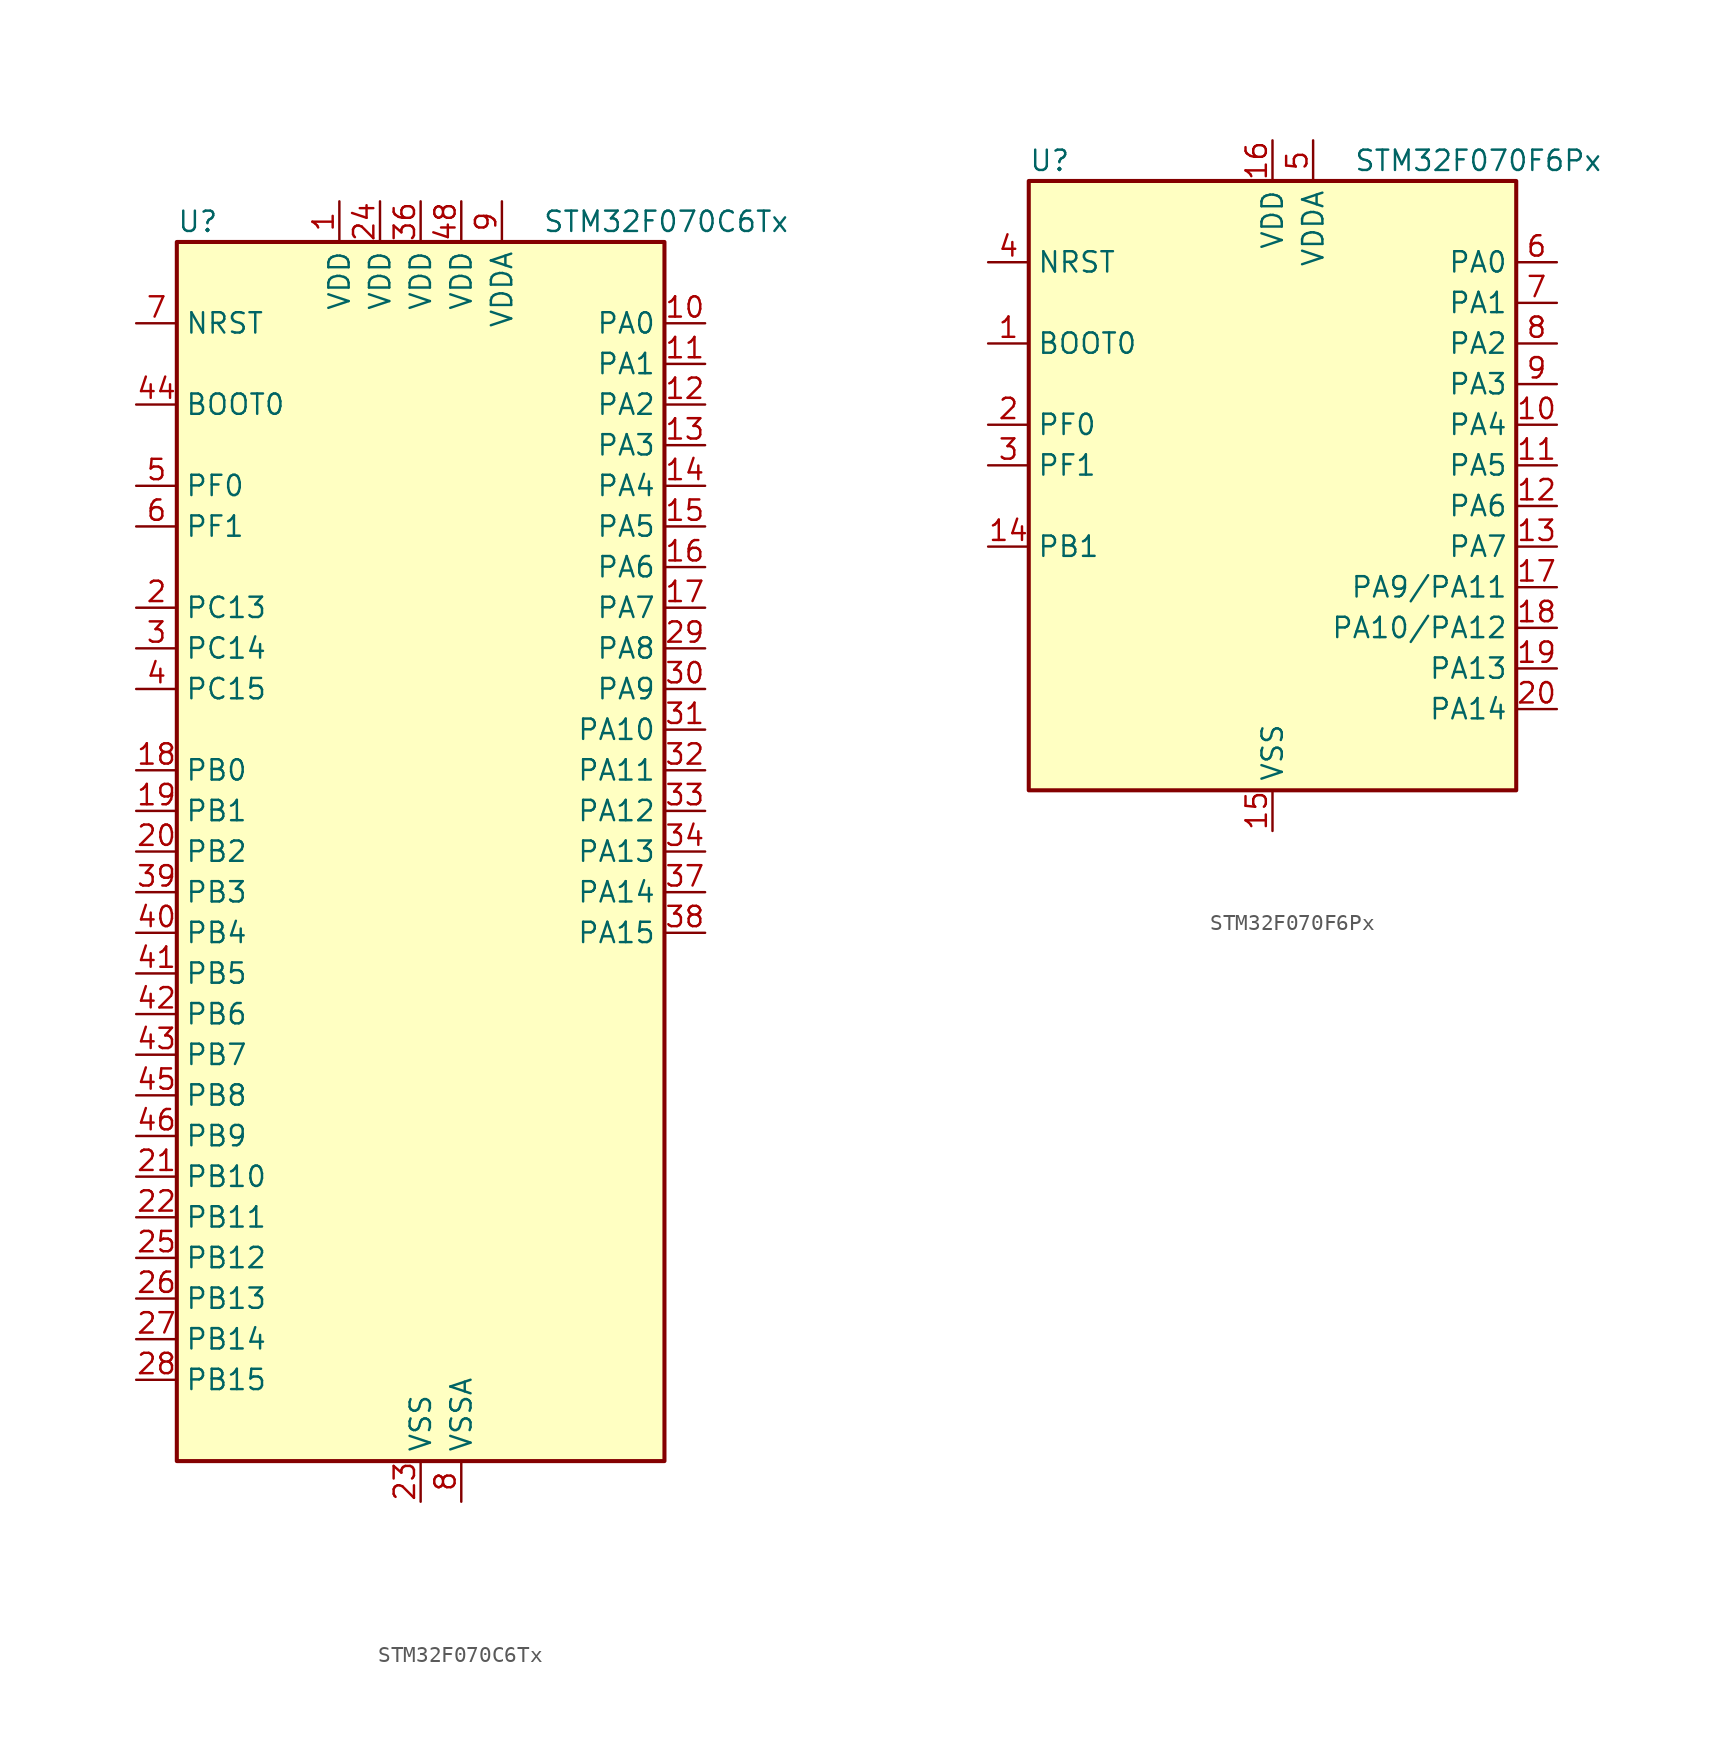
<source format=kicad_sym>
(kicad_symbol_lib
  (version 20241209)
  (generator "kicad_symbol_editor")
  (generator_version "9.0")
  (symbol "STM32F070C6Tx"
    (property "Reference" "U"
      (at -15.24 39.37 0)
      (effects (font (size 1.27 1.27)) (justify left)))
    (property "Value" "STM32F070C6Tx"
      (at 7.62 39.37 0)
      (effects (font (size 1.27 1.27)) (justify left)))
    (symbol "STM32F070C6Tx_0_1"
      (rectangle (start -15.24 -38.1) (end 15.24 38.1) (stroke (width 0.254) (type default)) (fill (type background))))
    (symbol "STM32F070C6Tx_1_1"
      (pin input line (at -17.78 33.02 0) (length 2.54) (name "NRST" (effects (font (size 1.27 1.27)))) (number "7" (effects (font (size 1.27 1.27)))))
      (pin input line (at -17.78 27.94 0) (length 2.54) (name "BOOT0" (effects (font (size 1.27 1.27)))) (number "44" (effects (font (size 1.27 1.27)))))
      (pin bidirectional line (at -17.78 22.86 0) (length 2.54) (name "PF0" (effects (font (size 1.27 1.27)))) (number "5" (effects (font (size 1.27 1.27)))) (alternate "I2C1_SDA" bidirectional line) (alternate "RCC_OSC_IN" bidirectional line))
      (pin bidirectional line (at -17.78 20.32 0) (length 2.54) (name "PF1" (effects (font (size 1.27 1.27)))) (number "6" (effects (font (size 1.27 1.27)))) (alternate "I2C1_SCL" bidirectional line) (alternate "RCC_OSC_OUT" bidirectional line))
      (pin bidirectional line (at -17.78 15.24 0) (length 2.54) (name "PC13" (effects (font (size 1.27 1.27)))) (number "2" (effects (font (size 1.27 1.27)))) (alternate "RTC_OUT_ALARM" bidirectional line) (alternate "RTC_OUT_CALIB" bidirectional line) (alternate "RTC_TAMP1" bidirectional line) (alternate "RTC_TS" bidirectional line) (alternate "SYS_WKUP2" bidirectional line))
      (pin bidirectional line (at -17.78 12.7 0) (length 2.54) (name "PC14" (effects (font (size 1.27 1.27)))) (number "3" (effects (font (size 1.27 1.27)))) (alternate "RCC_OSC32_IN" bidirectional line))
      (pin bidirectional line (at -17.78 10.16 0) (length 2.54) (name "PC15" (effects (font (size 1.27 1.27)))) (number "4" (effects (font (size 1.27 1.27)))) (alternate "RCC_OSC32_OUT" bidirectional line))
      (pin bidirectional line (at -17.78 5.08 0) (length 2.54) (name "PB0" (effects (font (size 1.27 1.27)))) (number "18" (effects (font (size 1.27 1.27)))) (alternate "ADC_IN8" bidirectional line) (alternate "TIM1_CH2N" bidirectional line) (alternate "TIM3_CH3" bidirectional line))
      (pin bidirectional line (at -17.78 2.54 0) (length 2.54) (name "PB1" (effects (font (size 1.27 1.27)))) (number "19" (effects (font (size 1.27 1.27)))) (alternate "ADC_IN9" bidirectional line) (alternate "TIM14_CH1" bidirectional line) (alternate "TIM1_CH3N" bidirectional line) (alternate "TIM3_CH4" bidirectional line))
      (pin bidirectional line (at -17.78 0 0) (length 2.54) (name "PB2" (effects (font (size 1.27 1.27)))) (number "20" (effects (font (size 1.27 1.27)))))
      (pin bidirectional line (at -17.78 -2.54 0) (length 2.54) (name "PB3" (effects (font (size 1.27 1.27)))) (number "39" (effects (font (size 1.27 1.27)))) (alternate "SPI1_SCK" bidirectional line))
      (pin bidirectional line (at -17.78 -5.08 0) (length 2.54) (name "PB4" (effects (font (size 1.27 1.27)))) (number "40" (effects (font (size 1.27 1.27)))) (alternate "SPI1_MISO" bidirectional line) (alternate "TIM17_BKIN" bidirectional line) (alternate "TIM3_CH1" bidirectional line))
      (pin bidirectional line (at -17.78 -7.62 0) (length 2.54) (name "PB5" (effects (font (size 1.27 1.27)))) (number "41" (effects (font (size 1.27 1.27)))) (alternate "I2C1_SMBA" bidirectional line) (alternate "SPI1_MOSI" bidirectional line) (alternate "SYS_WKUP6" bidirectional line) (alternate "TIM16_BKIN" bidirectional line) (alternate "TIM3_CH2" bidirectional line))
      (pin bidirectional line (at -17.78 -10.16 0) (length 2.54) (name "PB6" (effects (font (size 1.27 1.27)))) (number "42" (effects (font (size 1.27 1.27)))) (alternate "I2C1_SCL" bidirectional line) (alternate "TIM16_CH1N" bidirectional line) (alternate "USART1_TX" bidirectional line))
      (pin bidirectional line (at -17.78 -12.7 0) (length 2.54) (name "PB7" (effects (font (size 1.27 1.27)))) (number "43" (effects (font (size 1.27 1.27)))) (alternate "I2C1_SDA" bidirectional line) (alternate "TIM17_CH1N" bidirectional line) (alternate "USART1_RX" bidirectional line))
      (pin bidirectional line (at -17.78 -15.24 0) (length 2.54) (name "PB8" (effects (font (size 1.27 1.27)))) (number "45" (effects (font (size 1.27 1.27)))) (alternate "I2C1_SCL" bidirectional line) (alternate "TIM16_CH1" bidirectional line))
      (pin bidirectional line (at -17.78 -17.78 0) (length 2.54) (name "PB9" (effects (font (size 1.27 1.27)))) (number "46" (effects (font (size 1.27 1.27)))) (alternate "I2C1_SDA" bidirectional line) (alternate "IR_OUT" bidirectional line) (alternate "TIM17_CH1" bidirectional line))
      (pin bidirectional line (at -17.78 -20.32 0) (length 2.54) (name "PB10" (effects (font (size 1.27 1.27)))) (number "21" (effects (font (size 1.27 1.27)))))
      (pin bidirectional line (at -17.78 -22.86 0) (length 2.54) (name "PB11" (effects (font (size 1.27 1.27)))) (number "22" (effects (font (size 1.27 1.27)))))
      (pin bidirectional line (at -17.78 -25.4 0) (length 2.54) (name "PB12" (effects (font (size 1.27 1.27)))) (number "25" (effects (font (size 1.27 1.27)))) (alternate "TIM1_BKIN" bidirectional line))
      (pin bidirectional line (at -17.78 -27.94 0) (length 2.54) (name "PB13" (effects (font (size 1.27 1.27)))) (number "26" (effects (font (size 1.27 1.27)))) (alternate "TIM1_CH1N" bidirectional line))
      (pin bidirectional line (at -17.78 -30.48 0) (length 2.54) (name "PB14" (effects (font (size 1.27 1.27)))) (number "27" (effects (font (size 1.27 1.27)))) (alternate "TIM1_CH2N" bidirectional line))
      (pin bidirectional line (at -17.78 -33.02 0) (length 2.54) (name "PB15" (effects (font (size 1.27 1.27)))) (number "28" (effects (font (size 1.27 1.27)))) (alternate "RTC_REFIN" bidirectional line) (alternate "SYS_WKUP7" bidirectional line) (alternate "TIM1_CH3N" bidirectional line))
      (pin power_in line (at -5.08 40.64 270) (length 2.54) (name "VDD" (effects (font (size 1.27 1.27)))) (number "1" (effects (font (size 1.27 1.27)))))
      (pin power_in line (at -2.54 40.64 270) (length 2.54) (name "VDD" (effects (font (size 1.27 1.27)))) (number "24" (effects (font (size 1.27 1.27)))))
      (pin power_in line (at 0 40.64 270) (length 2.54) (name "VDD" (effects (font (size 1.27 1.27)))) (number "36" (effects (font (size 1.27 1.27)))))
      (pin power_in line (at 0 -40.64 90) (length 2.54) (name "VSS" (effects (font (size 1.27 1.27)))) (number "23" (effects (font (size 1.27 1.27)))))
      (pin passive line (at 0 -40.64 90) (length 2.54) (hide yes) (name "VSS" (effects (font (size 1.27 1.27)))) (number "35" (effects (font (size 1.27 1.27)))))
      (pin passive line (at 0 -40.64 90) (length 2.54) (hide yes) (name "VSS" (effects (font (size 1.27 1.27)))) (number "47" (effects (font (size 1.27 1.27)))))
      (pin power_in line (at 2.54 40.64 270) (length 2.54) (name "VDD" (effects (font (size 1.27 1.27)))) (number "48" (effects (font (size 1.27 1.27)))))
      (pin power_in line (at 2.54 -40.64 90) (length 2.54) (name "VSSA" (effects (font (size 1.27 1.27)))) (number "8" (effects (font (size 1.27 1.27)))))
      (pin power_in line (at 5.08 40.64 270) (length 2.54) (name "VDDA" (effects (font (size 1.27 1.27)))) (number "9" (effects (font (size 1.27 1.27)))))
      (pin bidirectional line (at 17.78 33.02 180) (length 2.54) (name "PA0" (effects (font (size 1.27 1.27)))) (number "10" (effects (font (size 1.27 1.27)))) (alternate "ADC_IN0" bidirectional line) (alternate "RTC_TAMP2" bidirectional line) (alternate "SYS_WKUP1" bidirectional line) (alternate "USART2_CTS" bidirectional line))
      (pin bidirectional line (at 17.78 30.48 180) (length 2.54) (name "PA1" (effects (font (size 1.27 1.27)))) (number "11" (effects (font (size 1.27 1.27)))) (alternate "ADC_IN1" bidirectional line) (alternate "USART2_DE" bidirectional line) (alternate "USART2_RTS" bidirectional line))
      (pin bidirectional line (at 17.78 27.94 180) (length 2.54) (name "PA2" (effects (font (size 1.27 1.27)))) (number "12" (effects (font (size 1.27 1.27)))) (alternate "ADC_IN2" bidirectional line) (alternate "SYS_WKUP4" bidirectional line) (alternate "USART2_TX" bidirectional line))
      (pin bidirectional line (at 17.78 25.4 180) (length 2.54) (name "PA3" (effects (font (size 1.27 1.27)))) (number "13" (effects (font (size 1.27 1.27)))) (alternate "ADC_IN3" bidirectional line) (alternate "USART2_RX" bidirectional line))
      (pin bidirectional line (at 17.78 22.86 180) (length 2.54) (name "PA4" (effects (font (size 1.27 1.27)))) (number "14" (effects (font (size 1.27 1.27)))) (alternate "ADC_IN4" bidirectional line) (alternate "SPI1_NSS" bidirectional line) (alternate "TIM14_CH1" bidirectional line) (alternate "USART2_CK" bidirectional line) (alternate "USB_NOE" bidirectional line))
      (pin bidirectional line (at 17.78 20.32 180) (length 2.54) (name "PA5" (effects (font (size 1.27 1.27)))) (number "15" (effects (font (size 1.27 1.27)))) (alternate "ADC_IN5" bidirectional line) (alternate "SPI1_SCK" bidirectional line))
      (pin bidirectional line (at 17.78 17.78 180) (length 2.54) (name "PA6" (effects (font (size 1.27 1.27)))) (number "16" (effects (font (size 1.27 1.27)))) (alternate "ADC_IN6" bidirectional line) (alternate "SPI1_MISO" bidirectional line) (alternate "TIM16_CH1" bidirectional line) (alternate "TIM1_BKIN" bidirectional line) (alternate "TIM3_CH1" bidirectional line))
      (pin bidirectional line (at 17.78 15.24 180) (length 2.54) (name "PA7" (effects (font (size 1.27 1.27)))) (number "17" (effects (font (size 1.27 1.27)))) (alternate "ADC_IN7" bidirectional line) (alternate "SPI1_MOSI" bidirectional line) (alternate "TIM14_CH1" bidirectional line) (alternate "TIM17_CH1" bidirectional line) (alternate "TIM1_CH1N" bidirectional line) (alternate "TIM3_CH2" bidirectional line))
      (pin bidirectional line (at 17.78 12.7 180) (length 2.54) (name "PA8" (effects (font (size 1.27 1.27)))) (number "29" (effects (font (size 1.27 1.27)))) (alternate "RCC_MCO" bidirectional line) (alternate "TIM1_CH1" bidirectional line) (alternate "USART1_CK" bidirectional line))
      (pin bidirectional line (at 17.78 10.16 180) (length 2.54) (name "PA9" (effects (font (size 1.27 1.27)))) (number "30" (effects (font (size 1.27 1.27)))) (alternate "I2C1_SCL" bidirectional line) (alternate "TIM1_CH2" bidirectional line) (alternate "USART1_TX" bidirectional line))
      (pin bidirectional line (at 17.78 7.62 180) (length 2.54) (name "PA10" (effects (font (size 1.27 1.27)))) (number "31" (effects (font (size 1.27 1.27)))) (alternate "I2C1_SDA" bidirectional line) (alternate "TIM17_BKIN" bidirectional line) (alternate "TIM1_CH3" bidirectional line) (alternate "USART1_RX" bidirectional line))
      (pin bidirectional line (at 17.78 5.08 180) (length 2.54) (name "PA11" (effects (font (size 1.27 1.27)))) (number "32" (effects (font (size 1.27 1.27)))) (alternate "TIM1_CH4" bidirectional line) (alternate "USART1_CTS" bidirectional line) (alternate "USB_DM" bidirectional line))
      (pin bidirectional line (at 17.78 2.54 180) (length 2.54) (name "PA12" (effects (font (size 1.27 1.27)))) (number "33" (effects (font (size 1.27 1.27)))) (alternate "TIM1_ETR" bidirectional line) (alternate "USART1_DE" bidirectional line) (alternate "USART1_RTS" bidirectional line) (alternate "USB_DP" bidirectional line))
      (pin bidirectional line (at 17.78 0 180) (length 2.54) (name "PA13" (effects (font (size 1.27 1.27)))) (number "34" (effects (font (size 1.27 1.27)))) (alternate "IR_OUT" bidirectional line) (alternate "SYS_SWDIO" bidirectional line) (alternate "USB_NOE" bidirectional line))
      (pin bidirectional line (at 17.78 -2.54 180) (length 2.54) (name "PA14" (effects (font (size 1.27 1.27)))) (number "37" (effects (font (size 1.27 1.27)))) (alternate "SYS_SWCLK" bidirectional line) (alternate "USART2_TX" bidirectional line))
      (pin bidirectional line (at 17.78 -5.08 180) (length 2.54) (name "PA15" (effects (font (size 1.27 1.27)))) (number "38" (effects (font (size 1.27 1.27)))) (alternate "SPI1_NSS" bidirectional line) (alternate "USART2_RX" bidirectional line))))
  (symbol "STM32F070F6Px"
    (property "Reference" "U"
      (at -15.24 21.59 0)
      (effects (font (size 1.27 1.27)) (justify left)))
    (property "Value" "STM32F070F6Px"
      (at 5.08 21.59 0)
      (effects (font (size 1.27 1.27)) (justify left)))
    (symbol "STM32F070F6Px_0_1"
      (rectangle (start -15.24 -17.78) (end 15.24 20.32) (stroke (width 0.254) (type default)) (fill (type background))))
    (symbol "STM32F070F6Px_1_1"
      (pin input line (at -17.78 15.24 0) (length 2.54) (name "NRST" (effects (font (size 1.27 1.27)))) (number "4" (effects (font (size 1.27 1.27)))))
      (pin input line (at -17.78 10.16 0) (length 2.54) (name "BOOT0" (effects (font (size 1.27 1.27)))) (number "1" (effects (font (size 1.27 1.27)))))
      (pin bidirectional line (at -17.78 5.08 0) (length 2.54) (name "PF0" (effects (font (size 1.27 1.27)))) (number "2" (effects (font (size 1.27 1.27)))) (alternate "I2C1_SDA" bidirectional line) (alternate "RCC_OSC_IN" bidirectional line))
      (pin bidirectional line (at -17.78 2.54 0) (length 2.54) (name "PF1" (effects (font (size 1.27 1.27)))) (number "3" (effects (font (size 1.27 1.27)))) (alternate "I2C1_SCL" bidirectional line) (alternate "RCC_OSC_OUT" bidirectional line))
      (pin bidirectional line (at -17.78 -2.54 0) (length 2.54) (name "PB1" (effects (font (size 1.27 1.27)))) (number "14" (effects (font (size 1.27 1.27)))) (alternate "ADC_IN9" bidirectional line) (alternate "TIM14_CH1" bidirectional line) (alternate "TIM1_CH3N" bidirectional line) (alternate "TIM3_CH4" bidirectional line))
      (pin power_in line (at 0 22.86 270) (length 2.54) (name "VDD" (effects (font (size 1.27 1.27)))) (number "16" (effects (font (size 1.27 1.27)))))
      (pin power_in line (at 0 -20.32 90) (length 2.54) (name "VSS" (effects (font (size 1.27 1.27)))) (number "15" (effects (font (size 1.27 1.27)))))
      (pin power_in line (at 2.54 22.86 270) (length 2.54) (name "VDDA" (effects (font (size 1.27 1.27)))) (number "5" (effects (font (size 1.27 1.27)))))
      (pin bidirectional line (at 17.78 15.24 180) (length 2.54) (name "PA0" (effects (font (size 1.27 1.27)))) (number "6" (effects (font (size 1.27 1.27)))) (alternate "ADC_IN0" bidirectional line) (alternate "RTC_TAMP2" bidirectional line) (alternate "SYS_WKUP1" bidirectional line) (alternate "USART2_CTS" bidirectional line))
      (pin bidirectional line (at 17.78 12.7 180) (length 2.54) (name "PA1" (effects (font (size 1.27 1.27)))) (number "7" (effects (font (size 1.27 1.27)))) (alternate "ADC_IN1" bidirectional line) (alternate "USART2_DE" bidirectional line) (alternate "USART2_RTS" bidirectional line))
      (pin bidirectional line (at 17.78 10.16 180) (length 2.54) (name "PA2" (effects (font (size 1.27 1.27)))) (number "8" (effects (font (size 1.27 1.27)))) (alternate "ADC_IN2" bidirectional line) (alternate "SYS_WKUP4" bidirectional line) (alternate "USART2_TX" bidirectional line))
      (pin bidirectional line (at 17.78 7.62 180) (length 2.54) (name "PA3" (effects (font (size 1.27 1.27)))) (number "9" (effects (font (size 1.27 1.27)))) (alternate "ADC_IN3" bidirectional line) (alternate "USART2_RX" bidirectional line))
      (pin bidirectional line (at 17.78 5.08 180) (length 2.54) (name "PA4" (effects (font (size 1.27 1.27)))) (number "10" (effects (font (size 1.27 1.27)))) (alternate "ADC_IN4" bidirectional line) (alternate "SPI1_NSS" bidirectional line) (alternate "TIM14_CH1" bidirectional line) (alternate "USART2_CK" bidirectional line) (alternate "USB_NOE" bidirectional line))
      (pin bidirectional line (at 17.78 2.54 180) (length 2.54) (name "PA5" (effects (font (size 1.27 1.27)))) (number "11" (effects (font (size 1.27 1.27)))) (alternate "ADC_IN5" bidirectional line) (alternate "SPI1_SCK" bidirectional line))
      (pin bidirectional line (at 17.78 0 180) (length 2.54) (name "PA6" (effects (font (size 1.27 1.27)))) (number "12" (effects (font (size 1.27 1.27)))) (alternate "ADC_IN6" bidirectional line) (alternate "SPI1_MISO" bidirectional line) (alternate "TIM16_CH1" bidirectional line) (alternate "TIM1_BKIN" bidirectional line) (alternate "TIM3_CH1" bidirectional line))
      (pin bidirectional line (at 17.78 -2.54 180) (length 2.54) (name "PA7" (effects (font (size 1.27 1.27)))) (number "13" (effects (font (size 1.27 1.27)))) (alternate "ADC_IN7" bidirectional line) (alternate "SPI1_MOSI" bidirectional line) (alternate "TIM14_CH1" bidirectional line) (alternate "TIM17_CH1" bidirectional line) (alternate "TIM1_CH1N" bidirectional line) (alternate "TIM3_CH2" bidirectional line))
      (pin bidirectional line (at 17.78 -5.08 180) (length 2.54) (name "PA9/PA11" (effects (font (size 1.27 1.27)))) (number "17" (effects (font (size 1.27 1.27)))) (alternate "I2C1_SCL (PA11)" bidirectional line) (alternate "I2C1_SCL (PA9)" bidirectional line) (alternate "PA11" bidirectional line) (alternate "PA9" bidirectional line) (alternate "TIM1_CH2 (PA9)" bidirectional line) (alternate "TIM1_CH4 (PA11)" bidirectional line) (alternate "USART1_CTS (PA11)" bidirectional line) (alternate "USART1_TX (PA9)" bidirectional line) (alternate "USB_DM (PA11)" bidirectional line))
      (pin bidirectional line (at 17.78 -7.62 180) (length 2.54) (name "PA10/PA12" (effects (font (size 1.27 1.27)))) (number "18" (effects (font (size 1.27 1.27)))) (alternate "I2C1_SDA (PA10)" bidirectional line) (alternate "PA10" bidirectional line) (alternate "PA12" bidirectional line) (alternate "TIM17_BKIN (PA10)" bidirectional line) (alternate "TIM1_CH3 (PA10)" bidirectional line) (alternate "TIM1_ETR (PA12)" bidirectional line) (alternate "USART1_DE (PA12)" bidirectional line) (alternate "USART1_RTS (PA12)" bidirectional line) (alternate "USART1_RX (PA10)" bidirectional line) (alternate "USB_DP (PA12)" bidirectional line))
      (pin bidirectional line (at 17.78 -10.16 180) (length 2.54) (name "PA13" (effects (font (size 1.27 1.27)))) (number "19" (effects (font (size 1.27 1.27)))) (alternate "IR_OUT" bidirectional line) (alternate "SYS_SWDIO" bidirectional line) (alternate "USB_NOE" bidirectional line))
      (pin bidirectional line (at 17.78 -12.7 180) (length 2.54) (name "PA14" (effects (font (size 1.27 1.27)))) (number "20" (effects (font (size 1.27 1.27)))) (alternate "SYS_SWCLK" bidirectional line) (alternate "USART2_TX" bidirectional line)))))
</source>
